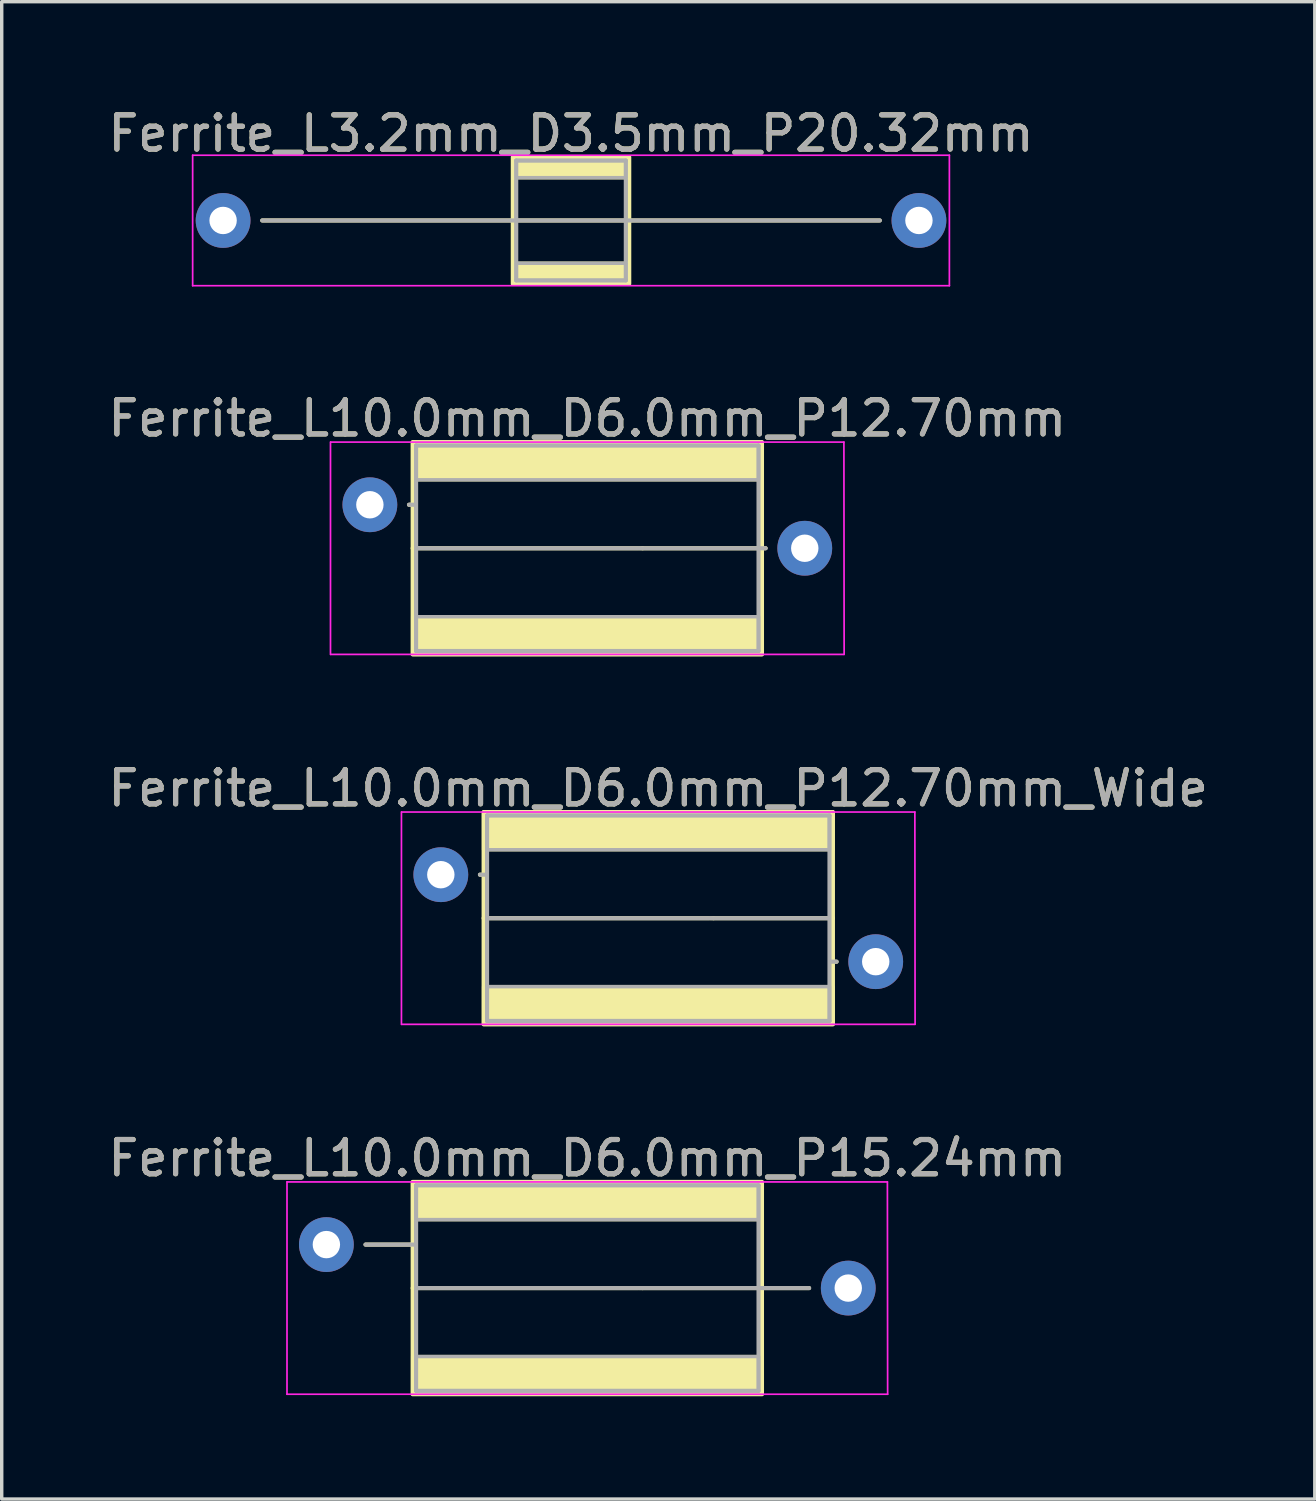
<source format=kicad_pcb>
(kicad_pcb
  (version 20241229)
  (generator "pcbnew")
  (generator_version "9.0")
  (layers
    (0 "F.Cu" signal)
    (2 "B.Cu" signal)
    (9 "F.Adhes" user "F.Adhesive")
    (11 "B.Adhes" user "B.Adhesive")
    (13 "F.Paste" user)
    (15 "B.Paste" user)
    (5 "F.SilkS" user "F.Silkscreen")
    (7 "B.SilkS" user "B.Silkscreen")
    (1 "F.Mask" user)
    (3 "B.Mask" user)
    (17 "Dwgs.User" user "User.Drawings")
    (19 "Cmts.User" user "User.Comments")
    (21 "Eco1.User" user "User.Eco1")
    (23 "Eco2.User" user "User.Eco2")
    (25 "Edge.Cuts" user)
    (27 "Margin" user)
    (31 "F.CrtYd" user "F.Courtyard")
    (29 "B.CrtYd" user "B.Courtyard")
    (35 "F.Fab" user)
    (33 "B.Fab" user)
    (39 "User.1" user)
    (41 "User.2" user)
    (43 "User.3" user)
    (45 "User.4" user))
  (footprint "Ferrite_L10.0mm_D6.0mm_P15.24mm"
    (layer "F.Cu")
    (at 6.481 34.565)
    (property "Reference" "Ferrite_L10.0mm_D6.0mm_P15.24mm" (at 7.62 -3.794 0) (layer "F.SilkS") (effects (font (size 1 1) (thickness 0.15))))
    (fp_line (start 1.143 -1.27) (end 2.52 -1.27) (stroke (width 0.12) (type solid)) (layer "F.SilkS"))
    (fp_line (start 9.234 0.000002) (end 2.52 0) (stroke (width 0.12) (type solid)) (layer "F.SilkS"))
    (fp_line (start 9.234 0.000002) (end 12.573 0) (stroke (width 0.12) (type solid)) (layer "F.SilkS"))
    (fp_line (start 14.097 0) (end 12.636 0) (stroke (width 0.12) (type solid)) (layer "F.SilkS"))
    (fp_rect (start 2.52 -3.1) (end 12.72 3.1) (stroke (width 0.12) (type solid)) (fill no) (layer "F.SilkS"))
    (fp_poly (pts (xy 12.72 -2) (xy 2.52 -2) (xy 2.52 -3.1) (xy 12.72 -3.1)) (stroke (width 0.1) (type solid)) (fill yes) (layer "F.SilkS"))
    (fp_poly (pts (xy 12.72 3.1) (xy 2.52 3.1) (xy 2.52 2) (xy 12.72 2)) (stroke (width 0.1) (type solid)) (fill yes) (layer "F.SilkS"))
    (fp_line (start -1.15 -3.1) (end 16.383 -3.1) (stroke (width 0.05) (type solid)) (layer "F.CrtYd"))
    (fp_line (start -1.15 3.1) (end -1.15 -3.1) (stroke (width 0.05) (type solid)) (layer "F.CrtYd"))
    (fp_line (start 16.383 -3.1) (end 16.39 3.1) (stroke (width 0.05) (type solid)) (layer "F.CrtYd"))
    (fp_line (start 16.39 3.1) (end -1.15 3.1) (stroke (width 0.05) (type solid)) (layer "F.CrtYd"))
    (fp_line (start 1.143 -1.27) (end 2.603 -1.27) (stroke (width 0.12) (type solid)) (layer "F.Fab"))
    (fp_line (start 2.62 -3) (end 2.62 3) (stroke (width 0.12) (type solid)) (layer "F.Fab"))
    (fp_line (start 9.107 0.000002) (end 2.667 0) (stroke (width 0.12) (type solid)) (layer "F.Fab"))
    (fp_line (start 9.144 0) (end 12.573 0) (stroke (width 0.12) (type solid)) (layer "F.Fab"))
    (fp_line (start 12.62 -3) (end 2.62 -3) (stroke (width 0.12) (type solid)) (layer "F.Fab"))
    (fp_line (start 12.62 -3) (end 12.62 3) (stroke (width 0.12) (type solid)) (layer "F.Fab"))
    (fp_line (start 12.62 3) (end 2.62 3) (stroke (width 0.12) (type solid)) (layer "F.Fab"))
    (fp_line (start 14.097 0) (end 12.636 0) (stroke (width 0.12) (type solid)) (layer "F.Fab"))
    (fp_poly (pts (xy 12.62 -2) (xy 2.62 -2) (xy 2.62 -3) (xy 12.62 -3)) (stroke (width 0.1) (type solid)) (fill no) (layer "F.Fab"))
    (fp_poly (pts (xy 12.62 3) (xy 2.62 3) (xy 2.62 2) (xy 12.62 2)) (stroke (width 0.1) (type solid)) (fill no) (layer "F.Fab"))
    (fp_text user "${REFERENCE}" (at 7.62 -3.793 0) (layer "F.Fab") (effects (font (size 1 1) (thickness 0.15))))
    (pad "1" thru_hole circle (at 0 -1.27) (size 1.6 1.6) (drill 0.8) (layers "*.Cu" "*.Mask"))
    (pad "2" thru_hole circle (at 15.24 0) (size 1.6 1.6) (drill 0.8) (layers "*.Cu" "*.Mask")))
  (footprint "Ferrite_L3.2mm_D3.5mm_P20.32mm"
    (layer "F.Cu")
    (at 3.465 3.388)
    (property "Reference" "Ferrite_L3.2mm_D3.5mm_P20.32mm" (at 10.16 -2.54 0) (layer "F.SilkS") (effects (font (size 1 1) (thickness 0.15))))
    (fp_line (start 19.177 0) (end 1.143 0) (stroke (width 0.12) (type solid)) (layer "F.SilkS"))
    (fp_rect (start 8.46 -1.85) (end 11.86 1.85) (stroke (width 0.12) (type solid)) (fill no) (layer "F.SilkS"))
    (fp_poly (pts (xy 11.86 -1.25) (xy 8.46 -1.25) (xy 8.46 -1.85) (xy 11.86 -1.85)) (stroke (width 0.1) (type solid)) (fill yes) (layer "F.SilkS"))
    (fp_poly (pts (xy 11.86 1.85) (xy 8.46 1.85) (xy 8.46 1.25) (xy 11.86 1.25)) (stroke (width 0.1) (type solid)) (fill yes) (layer "F.SilkS"))
    (fp_line (start -0.889 -1.905) (end 21.209 -1.905) (stroke (width 0.05) (type solid)) (layer "F.CrtYd"))
    (fp_line (start -0.889 1.905) (end -0.889 -1.905) (stroke (width 0.05) (type solid)) (layer "F.CrtYd"))
    (fp_line (start 21.209 -1.905) (end 21.209 1.905) (stroke (width 0.05) (type solid)) (layer "F.CrtYd"))
    (fp_line (start 21.209 1.905) (end -0.889 1.905) (stroke (width 0.05) (type solid)) (layer "F.CrtYd"))
    (fp_line (start 8.56 -1.75) (end 8.56 1.75) (stroke (width 0.12) (type solid)) (layer "F.Fab"))
    (fp_line (start 8.56 1.75) (end 11.76 1.75) (stroke (width 0.12) (type solid)) (layer "F.Fab"))
    (fp_line (start 11.76 -1.75) (end 8.56 -1.75) (stroke (width 0.12) (type solid)) (layer "F.Fab"))
    (fp_line (start 11.76 1.75) (end 11.76 -1.75) (stroke (width 0.12) (type solid)) (layer "F.Fab"))
    (fp_line (start 19.177 0) (end 1.143 0) (stroke (width 0.12) (type solid)) (layer "F.Fab"))
    (fp_poly (pts (xy 11.76 -1.25) (xy 8.56 -1.25) (xy 8.56 -1.75) (xy 11.76 -1.75)) (stroke (width 0.1) (type solid)) (fill no) (layer "F.Fab"))
    (fp_poly (pts (xy 11.76 1.75) (xy 8.56 1.75) (xy 8.56 1.25) (xy 11.76 1.25)) (stroke (width 0.1) (type solid)) (fill no) (layer "F.Fab"))
    (fp_text user "${REFERENCE}" (at 10.16 -2.539 0) (layer "F.Fab") (effects (font (size 1 1) (thickness 0.15))))
    (pad "1" thru_hole circle (at 0 0) (size 1.6 1.6) (drill 0.8) (layers "*.Cu" "*.Mask"))
    (pad "2" thru_hole circle (at 20.32 0) (size 1.6 1.6) (drill 0.8) (layers "*.Cu" "*.Mask")))
  (footprint "Ferrite_L10.0mm_D6.0mm_P12.70mm"
    (layer "F.Cu")
    (at 7.751 12.96)
    (property "Reference" "Ferrite_L10.0mm_D6.0mm_P12.70mm" (at 6.35 -3.794 0) (layer "F.SilkS") (effects (font (size 1 1) (thickness 0.15))))
    (fp_line (start 1.143 -1.27) (end 1.25 -1.27) (stroke (width 0.12) (type solid)) (layer "F.SilkS"))
    (fp_line (start 7.964 0.000002) (end 1.25 0) (stroke (width 0.12) (type solid)) (layer "F.SilkS"))
    (fp_line (start 7.964 0.000002) (end 11.303 0) (stroke (width 0.12) (type solid)) (layer "F.SilkS"))
    (fp_line (start 11.557 0) (end 11.367 0) (stroke (width 0.12) (type solid)) (layer "F.SilkS"))
    (fp_rect (start 1.25 -3.1) (end 11.45 3.1) (stroke (width 0.12) (type solid)) (fill no) (layer "F.SilkS"))
    (fp_poly (pts (xy 11.45 -2) (xy 1.25 -2) (xy 1.25 -3.1) (xy 11.45 -3.1)) (stroke (width 0.1) (type solid)) (fill yes) (layer "F.SilkS"))
    (fp_poly (pts (xy 11.45 3.1) (xy 1.25 3.1) (xy 1.25 2) (xy 11.45 2)) (stroke (width 0.1) (type solid)) (fill yes) (layer "F.SilkS"))
    (fp_line (start -1.15 3.1) (end -1.15 -3.1) (stroke (width 0.05) (type solid)) (layer "F.CrtYd"))
    (fp_line (start -1.143 -3.1) (end 13.843 -3.1) (stroke (width 0.05) (type solid)) (layer "F.CrtYd"))
    (fp_line (start 13.843 -3.1) (end 13.85 3.1) (stroke (width 0.05) (type solid)) (layer "F.CrtYd"))
    (fp_line (start 13.843 3.1) (end -1.143 3.1) (stroke (width 0.05) (type solid)) (layer "F.CrtYd"))
    (fp_line (start 1.143 -1.27) (end 1.333 -1.27) (stroke (width 0.12) (type solid)) (layer "F.Fab"))
    (fp_line (start 1.35 -3) (end 1.35 3) (stroke (width 0.12) (type solid)) (layer "F.Fab"))
    (fp_line (start 7.837 0.000002) (end 1.397 0) (stroke (width 0.12) (type solid)) (layer "F.Fab"))
    (fp_line (start 7.874 0) (end 11.303 0) (stroke (width 0.12) (type solid)) (layer "F.Fab"))
    (fp_line (start 11.35 -3) (end 1.35 -3) (stroke (width 0.12) (type solid)) (layer "F.Fab"))
    (fp_line (start 11.35 -3) (end 11.35 3) (stroke (width 0.12) (type solid)) (layer "F.Fab"))
    (fp_line (start 11.35 3) (end 1.35 3) (stroke (width 0.12) (type solid)) (layer "F.Fab"))
    (fp_line (start 11.557 0) (end 11.367 0) (stroke (width 0.12) (type solid)) (layer "F.Fab"))
    (fp_poly (pts (xy 11.35 -2) (xy 1.35 -2) (xy 1.35 -3) (xy 11.35 -3)) (stroke (width 0.1) (type solid)) (fill no) (layer "F.Fab"))
    (fp_poly (pts (xy 11.35 3) (xy 1.35 3) (xy 1.35 2) (xy 11.35 2)) (stroke (width 0.1) (type solid)) (fill no) (layer "F.Fab"))
    (fp_text user "${REFERENCE}" (at 6.35 -3.793 0) (layer "F.Fab") (effects (font (size 1 1) (thickness 0.15))))
    (pad "1" thru_hole circle (at 0 -1.27) (size 1.6 1.6) (drill 0.8) (layers "*.Cu" "*.Mask"))
    (pad "2" thru_hole circle (at 12.7 0) (size 1.6 1.6) (drill 0.8) (layers "*.Cu" "*.Mask")))
  (footprint "Ferrite_L10.0mm_D6.0mm_P12.70mm_Wide"
    (layer "F.Cu")
    (at 9.823 23.763)
    (property "Reference" "Ferrite_L10.0mm_D6.0mm_P12.70mm_Wide" (at 6.35 -3.794 0) (layer "F.SilkS") (effects (font (size 1 1) (thickness 0.15))))
    (fp_line (start 1.143 -1.27) (end 1.25 -1.27) (stroke (width 0.12) (type solid)) (layer "F.SilkS"))
    (fp_line (start 7.964 0.000002) (end 1.25 0) (stroke (width 0.12) (type solid)) (layer "F.SilkS"))
    (fp_line (start 7.964 0.000002) (end 11.45 0) (stroke (width 0.12) (type solid)) (layer "F.SilkS"))
    (fp_line (start 11.557 1.27) (end 11.45 1.27) (stroke (width 0.12) (type solid)) (layer "F.SilkS"))
    (fp_rect (start 1.25 -3.1) (end 11.45 3.1) (stroke (width 0.12) (type solid)) (fill no) (layer "F.SilkS"))
    (fp_poly (pts (xy 11.45 -2) (xy 1.25 -2) (xy 1.25 -3.1) (xy 11.45 -3.1)) (stroke (width 0.1) (type solid)) (fill yes) (layer "F.SilkS"))
    (fp_poly (pts (xy 11.45 3.1) (xy 1.25 3.1) (xy 1.25 2) (xy 11.45 2)) (stroke (width 0.1) (type solid)) (fill yes) (layer "F.SilkS"))
    (fp_line (start -1.15 3.1) (end -1.15 -3.1) (stroke (width 0.05) (type solid)) (layer "F.CrtYd"))
    (fp_line (start -1.143 -3.1) (end 13.843 -3.1) (stroke (width 0.05) (type solid)) (layer "F.CrtYd"))
    (fp_line (start 13.843 -3.1) (end 13.85 3.1) (stroke (width 0.05) (type solid)) (layer "F.CrtYd"))
    (fp_line (start 13.843 3.1) (end -1.143 3.1) (stroke (width 0.05) (type solid)) (layer "F.CrtYd"))
    (fp_line (start 1.143 -1.27) (end 1.333 -1.27) (stroke (width 0.12) (type solid)) (layer "F.Fab"))
    (fp_line (start 1.35 -3) (end 1.35 3) (stroke (width 0.12) (type solid)) (layer "F.Fab"))
    (fp_line (start 7.837 0.000002) (end 1.397 0) (stroke (width 0.12) (type solid)) (layer "F.Fab"))
    (fp_line (start 7.874 0) (end 11.303 0) (stroke (width 0.12) (type solid)) (layer "F.Fab"))
    (fp_line (start 11.35 -3) (end 1.35 -3) (stroke (width 0.12) (type solid)) (layer "F.Fab"))
    (fp_line (start 11.35 -3) (end 11.35 3) (stroke (width 0.12) (type solid)) (layer "F.Fab"))
    (fp_line (start 11.35 3) (end 1.35 3) (stroke (width 0.12) (type solid)) (layer "F.Fab"))
    (fp_line (start 11.557 1.27) (end 11.367 1.27) (stroke (width 0.12) (type solid)) (layer "F.Fab"))
    (fp_poly (pts (xy 11.35 -2) (xy 1.35 -2) (xy 1.35 -3) (xy 11.35 -3)) (stroke (width 0.1) (type solid)) (fill no) (layer "F.Fab"))
    (fp_poly (pts (xy 11.35 3) (xy 1.35 3) (xy 1.35 2) (xy 11.35 2)) (stroke (width 0.1) (type solid)) (fill no) (layer "F.Fab"))
    (fp_text user "${REFERENCE}" (at 6.35 -3.793 0) (layer "F.Fab") (effects (font (size 1 1) (thickness 0.15))))
    (pad "1" thru_hole circle (at 0 -1.27) (size 1.6 1.6) (drill 0.8) (layers "*.Cu" "*.Mask"))
    (pad "2" thru_hole circle (at 12.7 1.27) (size 1.6 1.6) (drill 0.8) (layers "*.Cu" "*.Mask")))
  (gr_rect
    (start -3 -3)
    (end 35.345 40.725)
    (stroke (width 0.1) (type default))
    (fill no)
    (layer "Edge.Cuts")))
</source>
